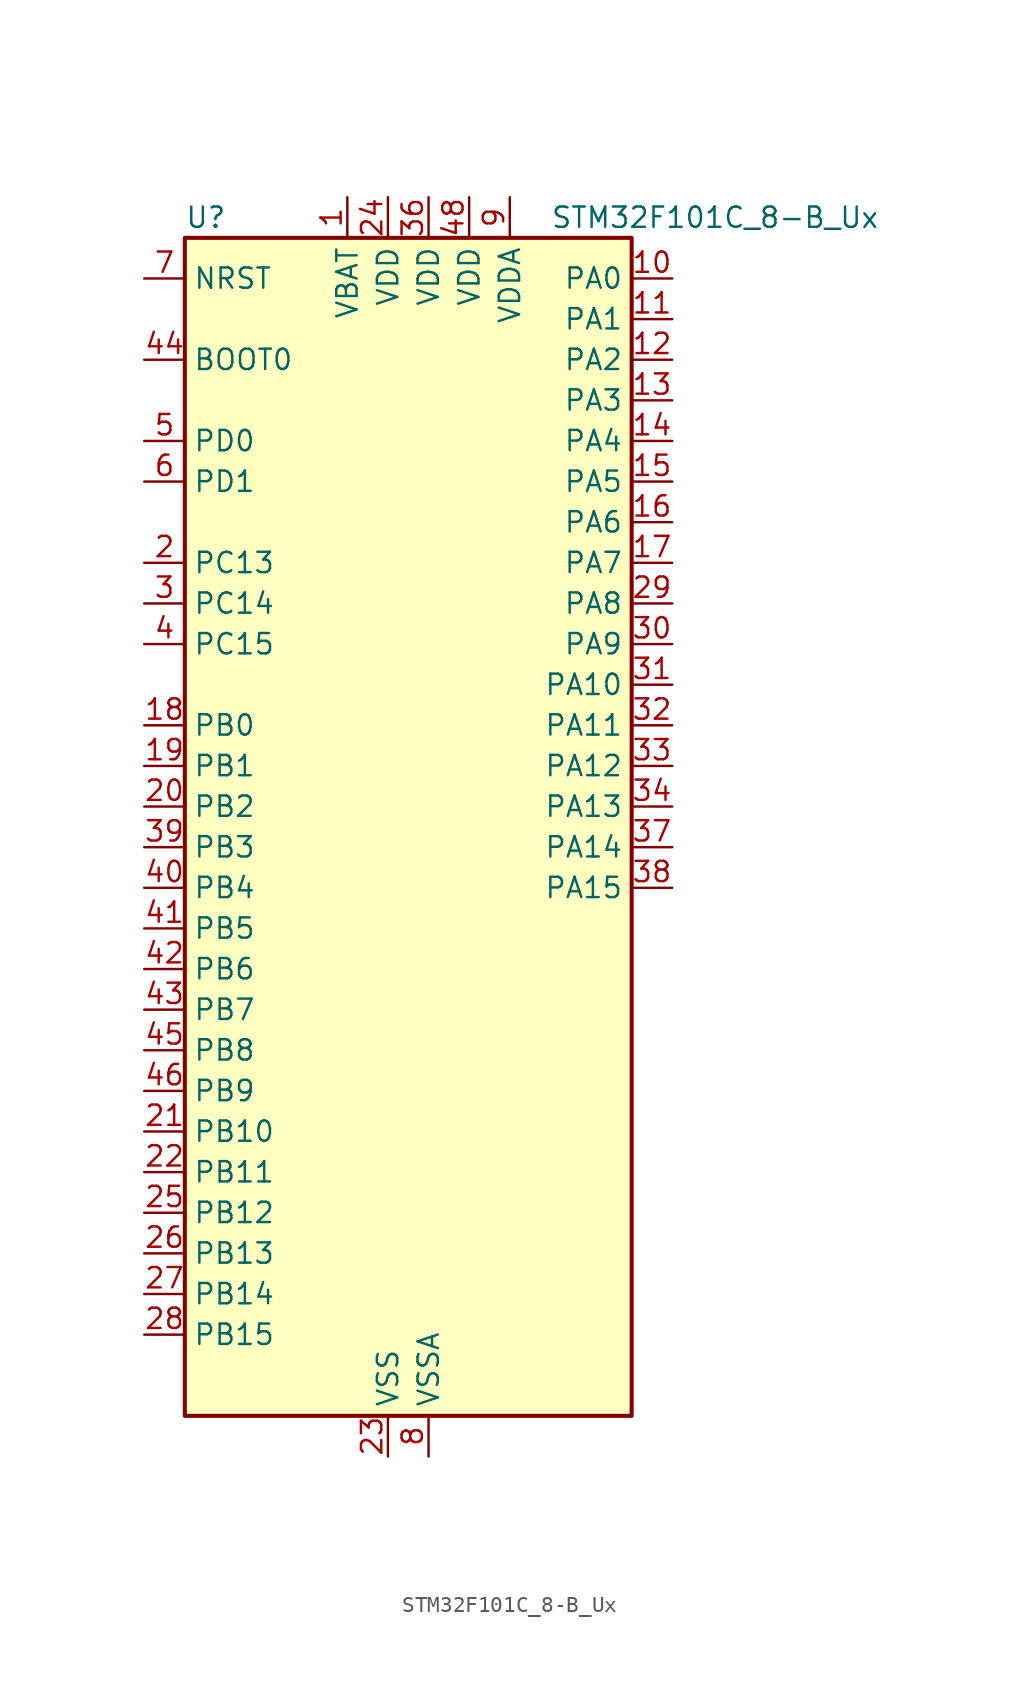
<source format=kicad_sym>
(kicad_symbol_lib
  (version 20231120)
  (generator "kicad_symbol_editor")
  (generator_version "8.0")
  (symbol "STM32F101C_8-B_Ux"
    (property "Reference" "U"
      (at -12.7 39.37 0)
      (effects (font (size 1.27 1.27)) (justify left)))
    (property "Value" "STM32F101C_8-B_Ux"
      (at 10.16 39.37 0)
      (effects (font (size 1.27 1.27)) (justify left)))
    (property "ki_locked" ""
      (at 0 0 0)
      (effects (font (size 1.27 1.27))))
    (symbol "STM32F101C_8-B_Ux_0_1"
      (rectangle (start -12.7 -35.56) (end 15.24 38.1) (stroke (width 0.254) (type default)) (fill (type background))))
    (symbol "STM32F101C_8-B_Ux_1_1"
      (pin power_in line (at -2.54 40.64 270) (length 2.54) (name "VBAT" (effects (font (size 1.27 1.27)))) (number "1" (effects (font (size 1.27 1.27)))))
      (pin bidirectional line (at 17.78 35.56 180) (length 2.54) (name "PA0" (effects (font (size 1.27 1.27)))) (number "10" (effects (font (size 1.27 1.27)))) (alternate "ADC1_IN0" bidirectional line) (alternate "SYS_WKUP" bidirectional line) (alternate "TIM2_CH1" bidirectional line) (alternate "TIM2_ETR" bidirectional line) (alternate "USART2_CTS" bidirectional line))
      (pin bidirectional line (at 17.78 33.02 180) (length 2.54) (name "PA1" (effects (font (size 1.27 1.27)))) (number "11" (effects (font (size 1.27 1.27)))) (alternate "ADC1_IN1" bidirectional line) (alternate "TIM2_CH2" bidirectional line) (alternate "USART2_RTS" bidirectional line))
      (pin bidirectional line (at 17.78 30.48 180) (length 2.54) (name "PA2" (effects (font (size 1.27 1.27)))) (number "12" (effects (font (size 1.27 1.27)))) (alternate "ADC1_IN2" bidirectional line) (alternate "TIM2_CH3" bidirectional line) (alternate "USART2_TX" bidirectional line))
      (pin bidirectional line (at 17.78 27.94 180) (length 2.54) (name "PA3" (effects (font (size 1.27 1.27)))) (number "13" (effects (font (size 1.27 1.27)))) (alternate "ADC1_IN3" bidirectional line) (alternate "TIM2_CH4" bidirectional line) (alternate "USART2_RX" bidirectional line))
      (pin bidirectional line (at 17.78 25.4 180) (length 2.54) (name "PA4" (effects (font (size 1.27 1.27)))) (number "14" (effects (font (size 1.27 1.27)))) (alternate "ADC1_IN4" bidirectional line) (alternate "SPI1_NSS" bidirectional line) (alternate "USART2_CK" bidirectional line))
      (pin bidirectional line (at 17.78 22.86 180) (length 2.54) (name "PA5" (effects (font (size 1.27 1.27)))) (number "15" (effects (font (size 1.27 1.27)))) (alternate "ADC1_IN5" bidirectional line) (alternate "SPI1_SCK" bidirectional line))
      (pin bidirectional line (at 17.78 20.32 180) (length 2.54) (name "PA6" (effects (font (size 1.27 1.27)))) (number "16" (effects (font (size 1.27 1.27)))) (alternate "ADC1_IN6" bidirectional line) (alternate "SPI1_MISO" bidirectional line) (alternate "TIM3_CH1" bidirectional line))
      (pin bidirectional line (at 17.78 17.78 180) (length 2.54) (name "PA7" (effects (font (size 1.27 1.27)))) (number "17" (effects (font (size 1.27 1.27)))) (alternate "ADC1_IN7" bidirectional line) (alternate "SPI1_MOSI" bidirectional line) (alternate "TIM3_CH2" bidirectional line))
      (pin bidirectional line (at -15.24 7.62 0) (length 2.54) (name "PB0" (effects (font (size 1.27 1.27)))) (number "18" (effects (font (size 1.27 1.27)))) (alternate "ADC1_IN8" bidirectional line) (alternate "TIM3_CH3" bidirectional line))
      (pin bidirectional line (at -15.24 5.08 0) (length 2.54) (name "PB1" (effects (font (size 1.27 1.27)))) (number "19" (effects (font (size 1.27 1.27)))) (alternate "ADC1_IN9" bidirectional line) (alternate "TIM3_CH4" bidirectional line))
      (pin bidirectional line (at -15.24 17.78 0) (length 2.54) (name "PC13" (effects (font (size 1.27 1.27)))) (number "2" (effects (font (size 1.27 1.27)))) (alternate "RTC_OUT" bidirectional line) (alternate "RTC_TAMPER" bidirectional line))
      (pin bidirectional line (at -15.24 2.54 0) (length 2.54) (name "PB2" (effects (font (size 1.27 1.27)))) (number "20" (effects (font (size 1.27 1.27)))))
      (pin bidirectional line (at -15.24 -17.78 0) (length 2.54) (name "PB10" (effects (font (size 1.27 1.27)))) (number "21" (effects (font (size 1.27 1.27)))) (alternate "I2C2_SCL" bidirectional line) (alternate "TIM2_CH3" bidirectional line) (alternate "USART3_TX" bidirectional line))
      (pin bidirectional line (at -15.24 -20.32 0) (length 2.54) (name "PB11" (effects (font (size 1.27 1.27)))) (number "22" (effects (font (size 1.27 1.27)))) (alternate "ADC1_EXTI11" bidirectional line) (alternate "I2C2_SDA" bidirectional line) (alternate "TIM2_CH4" bidirectional line) (alternate "USART3_RX" bidirectional line))
      (pin power_in line (at 0 -38.1 90) (length 2.54) (name "VSS" (effects (font (size 1.27 1.27)))) (number "23" (effects (font (size 1.27 1.27)))))
      (pin power_in line (at 0 40.64 270) (length 2.54) (name "VDD" (effects (font (size 1.27 1.27)))) (number "24" (effects (font (size 1.27 1.27)))))
      (pin bidirectional line (at -15.24 -22.86 0) (length 2.54) (name "PB12" (effects (font (size 1.27 1.27)))) (number "25" (effects (font (size 1.27 1.27)))) (alternate "I2C2_SMBA" bidirectional line) (alternate "SPI2_NSS" bidirectional line) (alternate "USART3_CK" bidirectional line))
      (pin bidirectional line (at -15.24 -25.4 0) (length 2.54) (name "PB13" (effects (font (size 1.27 1.27)))) (number "26" (effects (font (size 1.27 1.27)))) (alternate "SPI2_SCK" bidirectional line) (alternate "USART3_CTS" bidirectional line))
      (pin bidirectional line (at -15.24 -27.94 0) (length 2.54) (name "PB14" (effects (font (size 1.27 1.27)))) (number "27" (effects (font (size 1.27 1.27)))) (alternate "SPI2_MISO" bidirectional line) (alternate "USART3_RTS" bidirectional line))
      (pin bidirectional line (at -15.24 -30.48 0) (length 2.54) (name "PB15" (effects (font (size 1.27 1.27)))) (number "28" (effects (font (size 1.27 1.27)))) (alternate "ADC1_EXTI15" bidirectional line) (alternate "SPI2_MOSI" bidirectional line))
      (pin bidirectional line (at 17.78 15.24 180) (length 2.54) (name "PA8" (effects (font (size 1.27 1.27)))) (number "29" (effects (font (size 1.27 1.27)))) (alternate "RCC_MCO" bidirectional line) (alternate "USART1_CK" bidirectional line))
      (pin bidirectional line (at -15.24 15.24 0) (length 2.54) (name "PC14" (effects (font (size 1.27 1.27)))) (number "3" (effects (font (size 1.27 1.27)))) (alternate "RCC_OSC32_IN" bidirectional line))
      (pin bidirectional line (at 17.78 12.7 180) (length 2.54) (name "PA9" (effects (font (size 1.27 1.27)))) (number "30" (effects (font (size 1.27 1.27)))) (alternate "USART1_TX" bidirectional line))
      (pin bidirectional line (at 17.78 10.16 180) (length 2.54) (name "PA10" (effects (font (size 1.27 1.27)))) (number "31" (effects (font (size 1.27 1.27)))) (alternate "USART1_RX" bidirectional line))
      (pin bidirectional line (at 17.78 7.62 180) (length 2.54) (name "PA11" (effects (font (size 1.27 1.27)))) (number "32" (effects (font (size 1.27 1.27)))) (alternate "ADC1_EXTI11" bidirectional line) (alternate "USART1_CTS" bidirectional line))
      (pin bidirectional line (at 17.78 5.08 180) (length 2.54) (name "PA12" (effects (font (size 1.27 1.27)))) (number "33" (effects (font (size 1.27 1.27)))) (alternate "USART1_RTS" bidirectional line))
      (pin bidirectional line (at 17.78 2.54 180) (length 2.54) (name "PA13" (effects (font (size 1.27 1.27)))) (number "34" (effects (font (size 1.27 1.27)))) (alternate "SYS_JTMS-SWDIO" bidirectional line))
      (pin passive line (at 0 -38.1 90) (length 2.54) hide (name "VSS" (effects (font (size 1.27 1.27)))) (number "35" (effects (font (size 1.27 1.27)))))
      (pin power_in line (at 2.54 40.64 270) (length 2.54) (name "VDD" (effects (font (size 1.27 1.27)))) (number "36" (effects (font (size 1.27 1.27)))))
      (pin bidirectional line (at 17.78 0 180) (length 2.54) (name "PA14" (effects (font (size 1.27 1.27)))) (number "37" (effects (font (size 1.27 1.27)))) (alternate "SYS_JTCK-SWCLK" bidirectional line))
      (pin bidirectional line (at 17.78 -2.54 180) (length 2.54) (name "PA15" (effects (font (size 1.27 1.27)))) (number "38" (effects (font (size 1.27 1.27)))) (alternate "ADC1_EXTI15" bidirectional line) (alternate "SPI1_NSS" bidirectional line) (alternate "SYS_JTDI" bidirectional line) (alternate "TIM2_CH1" bidirectional line) (alternate "TIM2_ETR" bidirectional line))
      (pin bidirectional line (at -15.24 0 0) (length 2.54) (name "PB3" (effects (font (size 1.27 1.27)))) (number "39" (effects (font (size 1.27 1.27)))) (alternate "SPI1_SCK" bidirectional line) (alternate "SYS_JTDO-TRACESWO" bidirectional line) (alternate "TIM2_CH2" bidirectional line))
      (pin bidirectional line (at -15.24 12.7 0) (length 2.54) (name "PC15" (effects (font (size 1.27 1.27)))) (number "4" (effects (font (size 1.27 1.27)))) (alternate "ADC1_EXTI15" bidirectional line) (alternate "RCC_OSC32_OUT" bidirectional line))
      (pin bidirectional line (at -15.24 -2.54 0) (length 2.54) (name "PB4" (effects (font (size 1.27 1.27)))) (number "40" (effects (font (size 1.27 1.27)))) (alternate "SPI1_MISO" bidirectional line) (alternate "SYS_NJTRST" bidirectional line) (alternate "TIM3_CH1" bidirectional line))
      (pin bidirectional line (at -15.24 -5.08 0) (length 2.54) (name "PB5" (effects (font (size 1.27 1.27)))) (number "41" (effects (font (size 1.27 1.27)))) (alternate "I2C1_SMBA" bidirectional line) (alternate "SPI1_MOSI" bidirectional line) (alternate "TIM3_CH2" bidirectional line))
      (pin bidirectional line (at -15.24 -7.62 0) (length 2.54) (name "PB6" (effects (font (size 1.27 1.27)))) (number "42" (effects (font (size 1.27 1.27)))) (alternate "I2C1_SCL" bidirectional line) (alternate "TIM4_CH1" bidirectional line) (alternate "USART1_TX" bidirectional line))
      (pin bidirectional line (at -15.24 -10.16 0) (length 2.54) (name "PB7" (effects (font (size 1.27 1.27)))) (number "43" (effects (font (size 1.27 1.27)))) (alternate "I2C1_SDA" bidirectional line) (alternate "TIM4_CH2" bidirectional line) (alternate "USART1_RX" bidirectional line))
      (pin input line (at -15.24 30.48 0) (length 2.54) (name "BOOT0" (effects (font (size 1.27 1.27)))) (number "44" (effects (font (size 1.27 1.27)))))
      (pin bidirectional line (at -15.24 -12.7 0) (length 2.54) (name "PB8" (effects (font (size 1.27 1.27)))) (number "45" (effects (font (size 1.27 1.27)))) (alternate "I2C1_SCL" bidirectional line) (alternate "TIM4_CH3" bidirectional line))
      (pin bidirectional line (at -15.24 -15.24 0) (length 2.54) (name "PB9" (effects (font (size 1.27 1.27)))) (number "46" (effects (font (size 1.27 1.27)))) (alternate "I2C1_SDA" bidirectional line) (alternate "TIM4_CH4" bidirectional line))
      (pin passive line (at 0 -38.1 90) (length 2.54) hide (name "VSS" (effects (font (size 1.27 1.27)))) (number "47" (effects (font (size 1.27 1.27)))))
      (pin power_in line (at 5.08 40.64 270) (length 2.54) (name "VDD" (effects (font (size 1.27 1.27)))) (number "48" (effects (font (size 1.27 1.27)))))
      (pin passive line (at 0 -38.1 90) (length 2.54) hide (name "VSS" (effects (font (size 1.27 1.27)))) (number "49" (effects (font (size 1.27 1.27)))))
      (pin bidirectional line (at -15.24 25.4 0) (length 2.54) (name "PD0" (effects (font (size 1.27 1.27)))) (number "5" (effects (font (size 1.27 1.27)))) (alternate "RCC_OSC_IN" bidirectional line))
      (pin bidirectional line (at -15.24 22.86 0) (length 2.54) (name "PD1" (effects (font (size 1.27 1.27)))) (number "6" (effects (font (size 1.27 1.27)))) (alternate "RCC_OSC_OUT" bidirectional line))
      (pin input line (at -15.24 35.56 0) (length 2.54) (name "NRST" (effects (font (size 1.27 1.27)))) (number "7" (effects (font (size 1.27 1.27)))))
      (pin power_in line (at 2.54 -38.1 90) (length 2.54) (name "VSSA" (effects (font (size 1.27 1.27)))) (number "8" (effects (font (size 1.27 1.27)))))
      (pin power_in line (at 7.62 40.64 270) (length 2.54) (name "VDDA" (effects (font (size 1.27 1.27)))) (number "9" (effects (font (size 1.27 1.27))))))))
</source>
